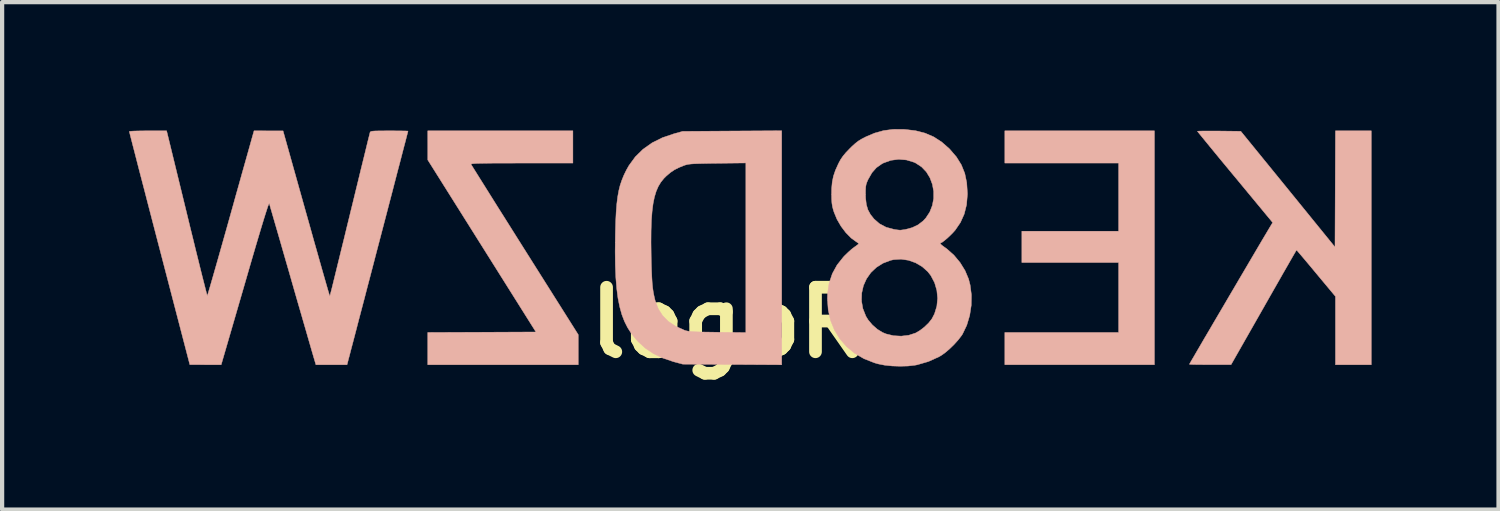
<source format=kicad_pcb>
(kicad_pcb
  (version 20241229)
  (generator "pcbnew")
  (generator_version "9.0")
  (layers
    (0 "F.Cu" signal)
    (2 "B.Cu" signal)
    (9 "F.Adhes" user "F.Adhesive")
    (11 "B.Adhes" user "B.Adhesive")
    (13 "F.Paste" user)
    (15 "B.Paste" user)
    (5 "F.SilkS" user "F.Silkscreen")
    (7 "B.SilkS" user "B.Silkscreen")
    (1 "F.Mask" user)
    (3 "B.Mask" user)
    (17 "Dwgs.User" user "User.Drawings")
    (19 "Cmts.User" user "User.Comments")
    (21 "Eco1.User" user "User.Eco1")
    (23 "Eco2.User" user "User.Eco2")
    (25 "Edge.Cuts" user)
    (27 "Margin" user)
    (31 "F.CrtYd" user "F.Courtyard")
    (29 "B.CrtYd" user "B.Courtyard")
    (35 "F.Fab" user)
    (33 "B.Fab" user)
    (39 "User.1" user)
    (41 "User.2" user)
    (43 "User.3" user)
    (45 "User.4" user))
  (footprint "logoR"
    (layer "F.Cu")
    (at 13.785 3.14)
    (property "Reference" "logoR" (at 0.36 1.43 0) (layer "F.SilkS") (effects (font (size 1.524 1.524) (thickness 0.3))))
    (attr through_hole)
    (fp_poly (pts (xy 6.901 -2.338) (xy 9.589 -2.338) (xy 9.589 -0.729) (xy 7.303 -0.729) (xy 7.303 0.012) (xy 9.589 0.012) (xy 9.589 1.663) (xy 6.901 1.663) (xy 6.901 2.425) (xy 10.435 2.425) (xy 10.435 -3.1) (xy 6.901 -3.1) (xy 6.901 -2.338)) (stroke (width 0.01) (type solid)) (fill yes) (layer "B.SilkS"))
    (fp_poly (pts (xy -6.73 -2.756) (xy -6.73 -2.412) (xy -4.175 1.652) (xy -5.453 1.658) (xy -6.731 1.663) (xy -6.731 2.425) (xy -3.175 2.425) (xy -3.175 2.07) (xy -3.175 1.716) (xy -4.437 -0.284) (xy -4.604 -0.549) (xy -4.765 -0.805) (xy -4.918 -1.048) (xy -5.062 -1.276) (xy -5.195 -1.488) (xy -5.316 -1.681) (xy -5.423 -1.852) (xy -5.516 -2) (xy -5.592 -2.122) (xy -5.651 -2.216) (xy -5.69 -2.279) (xy -5.708 -2.309) (xy -5.709 -2.311) (xy -5.703 -2.317) (xy -5.68 -2.322) (xy -5.635 -2.326) (xy -5.568 -2.33) (xy -5.474 -2.332) (xy -5.352 -2.334) (xy -5.198 -2.336) (xy -5.01 -2.337) (xy -4.785 -2.337) (xy -4.52 -2.338) (xy -3.302 -2.338) (xy -3.302 -3.1) (xy -6.731 -3.1) (xy -6.73 -2.756)) (stroke (width 0.01) (type solid)) (fill yes) (layer "B.SilkS"))
    (fp_poly (pts (xy 14.7 -0.354) (xy 13.588 -1.722) (xy 12.475 -3.089) (xy 11.963 -3.095) (xy 11.821 -3.096) (xy 11.694 -3.096) (xy 11.588 -3.095) (xy 11.509 -3.094) (xy 11.462 -3.091) (xy 11.451 -3.089) (xy 11.464 -3.071) (xy 11.502 -3.024) (xy 11.563 -2.949) (xy 11.644 -2.85) (xy 11.743 -2.729) (xy 11.858 -2.589) (xy 11.986 -2.433) (xy 12.126 -2.264) (xy 12.275 -2.084) (xy 12.34 -2.006) (xy 13.228 -0.933) (xy 13.189 -0.868) (xy 13.16 -0.82) (xy 13.113 -0.741) (xy 13.05 -0.635) (xy 12.972 -0.504) (xy 12.883 -0.353) (xy 12.783 -0.183) (xy 12.674 0.002) (xy 12.559 0.198) (xy 12.438 0.403) (xy 12.315 0.613) (xy 12.19 0.825) (xy 12.066 1.037) (xy 11.944 1.244) (xy 11.826 1.445) (xy 11.715 1.635) (xy 11.611 1.811) (xy 11.518 1.971) (xy 11.436 2.111) (xy 11.368 2.229) (xy 11.314 2.32) (xy 11.279 2.382) (xy 11.262 2.411) (xy 11.261 2.414) (xy 11.281 2.417) (xy 11.338 2.42) (xy 11.425 2.422) (xy 11.537 2.423) (xy 11.668 2.424) (xy 11.753 2.424) (xy 12.245 2.424) (xy 13.016 1.07) (xy 13.141 0.85) (xy 13.26 0.641) (xy 13.371 0.447) (xy 13.472 0.269) (xy 13.563 0.111) (xy 13.641 -0.025) (xy 13.704 -0.135) (xy 13.752 -0.217) (xy 13.781 -0.268) (xy 13.792 -0.284) (xy 13.806 -0.269) (xy 13.844 -0.224) (xy 13.903 -0.155) (xy 13.98 -0.064) (xy 14.071 0.044) (xy 14.173 0.166) (xy 14.254 0.264) (xy 14.711 0.812) (xy 14.711 2.425) (xy 15.558 2.425) (xy 15.558 -3.1) (xy 14.711 -3.1) (xy 14.7 -0.354)) (stroke (width 0.01) (type solid)) (fill yes) (layer "B.SilkS"))
    (fp_poly (pts (xy 0.461 -3.095) (xy -0.709 -3.087) (xy -0.91 -3.032) (xy -1.185 -2.939) (xy -1.43 -2.817) (xy -1.644 -2.666) (xy -1.827 -2.487) (xy -1.978 -2.28) (xy -2.038 -2.174) (xy -2.097 -2.053) (xy -2.146 -1.933) (xy -2.187 -1.811) (xy -2.219 -1.681) (xy -2.245 -1.536) (xy -2.265 -1.373) (xy -2.28 -1.185) (xy -2.291 -0.968) (xy -2.298 -0.716) (xy -2.3 -0.613) (xy -2.304 -0.249) (xy -2.3 0.077) (xy -2.288 0.367) (xy -2.267 0.625) (xy -2.237 0.855) (xy -2.196 1.059) (xy -2.145 1.242) (xy -2.082 1.406) (xy -2.007 1.554) (xy -1.918 1.691) (xy -1.816 1.819) (xy -1.76 1.88) (xy -1.591 2.035) (xy -1.4 2.163) (xy -1.182 2.267) (xy -0.931 2.352) (xy -0.91 2.358) (xy -0.709 2.412) (xy 0.461 2.42) (xy 1.63 2.427) (xy 1.63 1.666) (xy 0.783 1.666) (xy 0.111 1.658) (xy -0.078 1.655) (xy -0.229 1.653) (xy -0.349 1.65) (xy -0.442 1.646) (xy -0.513 1.641) (xy -0.568 1.635) (xy -0.611 1.627) (xy -0.648 1.617) (xy -0.678 1.606) (xy -0.882 1.513) (xy -1.05 1.401) (xy -1.183 1.266) (xy -1.285 1.106) (xy -1.356 0.92) (xy -1.365 0.886) (xy -1.386 0.795) (xy -1.404 0.703) (xy -1.418 0.604) (xy -1.429 0.491) (xy -1.437 0.359) (xy -1.444 0.202) (xy -1.45 0.012) (xy -1.453 -0.147) (xy -1.457 -0.464) (xy -1.455 -0.742) (xy -1.447 -0.985) (xy -1.431 -1.196) (xy -1.408 -1.378) (xy -1.376 -1.535) (xy -1.335 -1.67) (xy -1.285 -1.786) (xy -1.224 -1.887) (xy -1.152 -1.976) (xy -1.099 -2.029) (xy -1.001 -2.113) (xy -0.905 -2.178) (xy -0.796 -2.233) (xy -0.678 -2.281) (xy -0.642 -2.293) (xy -0.605 -2.303) (xy -0.56 -2.311) (xy -0.503 -2.317) (xy -0.428 -2.322) (xy -0.331 -2.325) (xy -0.207 -2.328) (xy -0.049 -2.331) (xy 0.111 -2.333) (xy 0.783 -2.341) (xy 0.783 1.666) (xy 1.63 1.666) (xy 1.63 -3.102) (xy 0.461 -3.095)) (stroke (width 0.01) (type solid)) (fill yes) (layer "B.SilkS"))
    (fp_poly (pts (xy -13.47 -3.099) (xy -13.586 -3.097) (xy -13.68 -3.094) (xy -13.746 -3.09) (xy -13.778 -3.085) (xy -13.78 -3.084) (xy -13.775 -3.062) (xy -13.76 -3.001) (xy -13.735 -2.904) (xy -13.702 -2.774) (xy -13.66 -2.612) (xy -13.611 -2.421) (xy -13.555 -2.203) (xy -13.492 -1.961) (xy -13.423 -1.697) (xy -13.35 -1.414) (xy -13.272 -1.114) (xy -13.19 -0.798) (xy -13.105 -0.471) (xy -13.066 -0.322) (xy -12.351 2.424) (xy -11.98 2.425) (xy -11.61 2.425) (xy -11.049 0.497) (xy -10.949 0.151) (xy -10.86 -0.154) (xy -10.781 -0.423) (xy -10.712 -0.654) (xy -10.653 -0.851) (xy -10.603 -1.015) (xy -10.562 -1.146) (xy -10.529 -1.248) (xy -10.505 -1.32) (xy -10.487 -1.364) (xy -10.477 -1.383) (xy -10.474 -1.382) (xy -10.465 -1.354) (xy -10.447 -1.289) (xy -10.418 -1.19) (xy -10.38 -1.058) (xy -10.334 -0.899) (xy -10.28 -0.714) (xy -10.22 -0.507) (xy -10.155 -0.28) (xy -10.085 -0.037) (xy -10.011 0.218) (xy -9.958 0.403) (xy -9.882 0.669) (xy -9.808 0.926) (xy -9.737 1.17) (xy -9.671 1.399) (xy -9.61 1.609) (xy -9.556 1.797) (xy -9.509 1.959) (xy -9.471 2.092) (xy -9.441 2.194) (xy -9.422 2.26) (xy -9.415 2.282) (xy -9.373 2.425) (xy -8.637 2.425) (xy -8.616 2.345) (xy -8.604 2.297) (xy -8.581 2.213) (xy -8.551 2.095) (xy -8.512 1.948) (xy -8.466 1.773) (xy -8.414 1.574) (xy -8.357 1.353) (xy -8.294 1.114) (xy -8.227 0.859) (xy -8.158 0.592) (xy -8.085 0.315) (xy -8.011 0.031) (xy -7.936 -0.258) (xy -7.86 -0.547) (xy -7.785 -0.834) (xy -7.711 -1.117) (xy -7.639 -1.393) (xy -7.57 -1.657) (xy -7.505 -1.909) (xy -7.444 -2.144) (xy -7.387 -2.359) (xy -7.337 -2.553) (xy -7.293 -2.722) (xy -7.256 -2.862) (xy -7.228 -2.972) (xy -7.208 -3.048) (xy -7.198 -3.088) (xy -7.197 -3.093) (xy -7.217 -3.095) (xy -7.273 -3.097) (xy -7.359 -3.098) (xy -7.469 -3.099) (xy -7.597 -3.1) (xy -7.64 -3.1) (xy -7.788 -3.099) (xy -7.9 -3.098) (xy -7.98 -3.096) (xy -8.034 -3.092) (xy -8.067 -3.086) (xy -8.085 -3.077) (xy -8.093 -3.065) (xy -8.094 -3.063) (xy -8.1 -3.037) (xy -8.116 -2.973) (xy -8.141 -2.874) (xy -8.173 -2.743) (xy -8.212 -2.582) (xy -8.258 -2.395) (xy -8.31 -2.184) (xy -8.366 -1.953) (xy -8.427 -1.703) (xy -8.491 -1.439) (xy -8.559 -1.164) (xy -8.571 -1.112) (xy -8.639 -0.835) (xy -8.703 -0.57) (xy -8.765 -0.32) (xy -8.822 -0.087) (xy -8.874 0.125) (xy -8.92 0.313) (xy -8.96 0.476) (xy -8.993 0.61) (xy -9.019 0.711) (xy -9.036 0.778) (xy -9.044 0.807) (xy -9.044 0.808) (xy -9.05 0.789) (xy -9.068 0.732) (xy -9.095 0.64) (xy -9.131 0.515) (xy -9.175 0.361) (xy -9.227 0.18) (xy -9.285 -0.025) (xy -9.349 -0.252) (xy -9.419 -0.497) (xy -9.492 -0.759) (xy -9.569 -1.033) (xy -9.6 -1.142) (xy -10.149 -3.099) (xy -10.492 -3.099) (xy -10.834 -3.1) (xy -10.863 -2.999) (xy -10.873 -2.964) (xy -10.893 -2.892) (xy -10.923 -2.784) (xy -10.962 -2.645) (xy -11.009 -2.478) (xy -11.063 -2.286) (xy -11.124 -2.071) (xy -11.189 -1.837) (xy -11.26 -1.586) (xy -11.333 -1.323) (xy -11.409 -1.052) (xy -11.485 -0.781) (xy -11.558 -0.523) (xy -11.627 -0.279) (xy -11.691 -0.053) (xy -11.75 0.153) (xy -11.802 0.335) (xy -11.847 0.491) (xy -11.884 0.618) (xy -11.912 0.713) (xy -11.931 0.773) (xy -11.938 0.795) (xy -11.939 0.795) (xy -11.945 0.775) (xy -11.961 0.716) (xy -11.985 0.622) (xy -12.017 0.496) (xy -12.057 0.34) (xy -12.103 0.156) (xy -12.154 -0.051) (xy -12.211 -0.28) (xy -12.271 -0.527) (xy -12.336 -0.79) (xy -12.403 -1.066) (xy -12.424 -1.152) (xy -12.899 -3.1) (xy -13.339 -3.1) (xy -13.47 -3.099)) (stroke (width 0.01) (type solid)) (fill yes) (layer "B.SilkS"))
    (fp_poly (pts (xy 4.256 -3.134) (xy 4.036 -3.105) (xy 3.825 -3.046) (xy 3.624 -2.961) (xy 3.523 -2.909) (xy 3.442 -2.86) (xy 3.368 -2.802) (xy 3.286 -2.728) (xy 3.237 -2.679) (xy 3.145 -2.583) (xy 3.076 -2.5) (xy 3.021 -2.419) (xy 2.971 -2.326) (xy 2.967 -2.317) (xy 2.898 -2.164) (xy 2.852 -2.027) (xy 2.824 -1.889) (xy 2.81 -1.737) (xy 2.808 -1.607) (xy 2.81 -1.487) (xy 2.816 -1.394) (xy 2.828 -1.315) (xy 2.848 -1.236) (xy 2.866 -1.18) (xy 2.936 -1.01) (xy 3.032 -0.845) (xy 3.146 -0.694) (xy 3.271 -0.567) (xy 3.392 -0.479) (xy 3.432 -0.452) (xy 3.45 -0.434) (xy 3.45 -0.433) (xy 3.433 -0.416) (xy 3.391 -0.384) (xy 3.343 -0.35) (xy 3.28 -0.302) (xy 3.203 -0.233) (xy 3.123 -0.156) (xy 3.089 -0.12) (xy 2.938 0.07) (xy 2.826 0.275) (xy 2.751 0.498) (xy 2.714 0.739) (xy 2.71 0.865) (xy 2.729 1.131) (xy 2.785 1.38) (xy 2.878 1.609) (xy 3.005 1.816) (xy 3.165 1.999) (xy 3.355 2.156) (xy 3.575 2.284) (xy 3.822 2.381) (xy 3.905 2.405) (xy 4.061 2.436) (xy 4.24 2.455) (xy 4.429 2.461) (xy 4.613 2.456) (xy 4.777 2.437) (xy 4.827 2.428) (xy 5.096 2.35) (xy 5.342 2.239) (xy 5.393 2.21) (xy 5.487 2.144) (xy 5.594 2.053) (xy 5.702 1.948) (xy 5.8 1.839) (xy 5.878 1.738) (xy 5.902 1.701) (xy 6.002 1.492) (xy 6.071 1.262) (xy 6.108 1.02) (xy 6.111 0.857) (xy 5.313 0.857) (xy 5.295 1.043) (xy 5.241 1.22) (xy 5.178 1.342) (xy 5.103 1.437) (xy 5.004 1.533) (xy 4.895 1.617) (xy 4.795 1.676) (xy 4.632 1.729) (xy 4.453 1.75) (xy 4.271 1.74) (xy 4.097 1.698) (xy 4.014 1.664) (xy 3.89 1.588) (xy 3.771 1.484) (xy 3.671 1.365) (xy 3.619 1.28) (xy 3.547 1.098) (xy 3.515 0.914) (xy 3.521 0.732) (xy 3.561 0.557) (xy 3.634 0.395) (xy 3.737 0.249) (xy 3.868 0.125) (xy 4.024 0.027) (xy 4.204 -0.041) (xy 4.276 -0.057) (xy 4.45 -0.068) (xy 4.625 -0.042) (xy 4.794 0.018) (xy 4.949 0.109) (xy 5.081 0.227) (xy 5.153 0.319) (xy 5.242 0.488) (xy 5.295 0.67) (xy 5.313 0.857) (xy 6.111 0.857) (xy 6.112 0.777) (xy 6.081 0.54) (xy 6.045 0.401) (xy 5.962 0.203) (xy 5.844 0.012) (xy 5.699 -0.162) (xy 5.533 -0.31) (xy 5.466 -0.358) (xy 5.408 -0.401) (xy 5.378 -0.434) (xy 5.38 -0.452) (xy 5.393 -0.454) (xy 5.422 -0.468) (xy 5.472 -0.506) (xy 5.536 -0.559) (xy 5.604 -0.622) (xy 5.669 -0.687) (xy 5.722 -0.746) (xy 5.726 -0.75) (xy 5.852 -0.934) (xy 5.942 -1.134) (xy 5.997 -1.354) (xy 6.017 -1.597) (xy 6.017 -1.629) (xy 6.014 -1.67) (xy 5.22 -1.67) (xy 5.22 -1.502) (xy 5.189 -1.337) (xy 5.128 -1.181) (xy 5.035 -1.04) (xy 4.971 -0.971) (xy 4.851 -0.879) (xy 4.713 -0.813) (xy 4.549 -0.769) (xy 4.435 -0.753) (xy 4.404 -0.755) (xy 4.345 -0.762) (xy 4.278 -0.773) (xy 4.097 -0.822) (xy 3.939 -0.906) (xy 3.81 -1.019) (xy 3.725 -1.126) (xy 3.666 -1.236) (xy 3.63 -1.359) (xy 3.613 -1.506) (xy 3.61 -1.597) (xy 3.611 -1.7) (xy 3.615 -1.775) (xy 3.625 -1.833) (xy 3.644 -1.889) (xy 3.673 -1.955) (xy 3.676 -1.959) (xy 3.763 -2.111) (xy 3.867 -2.229) (xy 3.995 -2.319) (xy 4.034 -2.34) (xy 4.209 -2.403) (xy 4.392 -2.427) (xy 4.576 -2.412) (xy 4.754 -2.358) (xy 4.795 -2.339) (xy 4.934 -2.248) (xy 5.047 -2.13) (xy 5.132 -1.99) (xy 5.19 -1.835) (xy 5.22 -1.67) (xy 6.014 -1.67) (xy 6.001 -1.874) (xy 5.955 -2.095) (xy 5.874 -2.296) (xy 5.758 -2.483) (xy 5.603 -2.663) (xy 5.589 -2.678) (xy 5.41 -2.835) (xy 5.221 -2.957) (xy 5.017 -3.045) (xy 4.791 -3.103) (xy 4.538 -3.133) (xy 4.498 -3.135) (xy 4.256 -3.134)) (stroke (width 0.01) (type solid)) (fill yes) (layer "B.SilkS")))
  (gr_rect
    (start -3 -3)
    (end 32.348 8.988)
    (stroke (width 0.1) (type default))
    (fill no)
    (layer "Edge.Cuts")))
</source>
